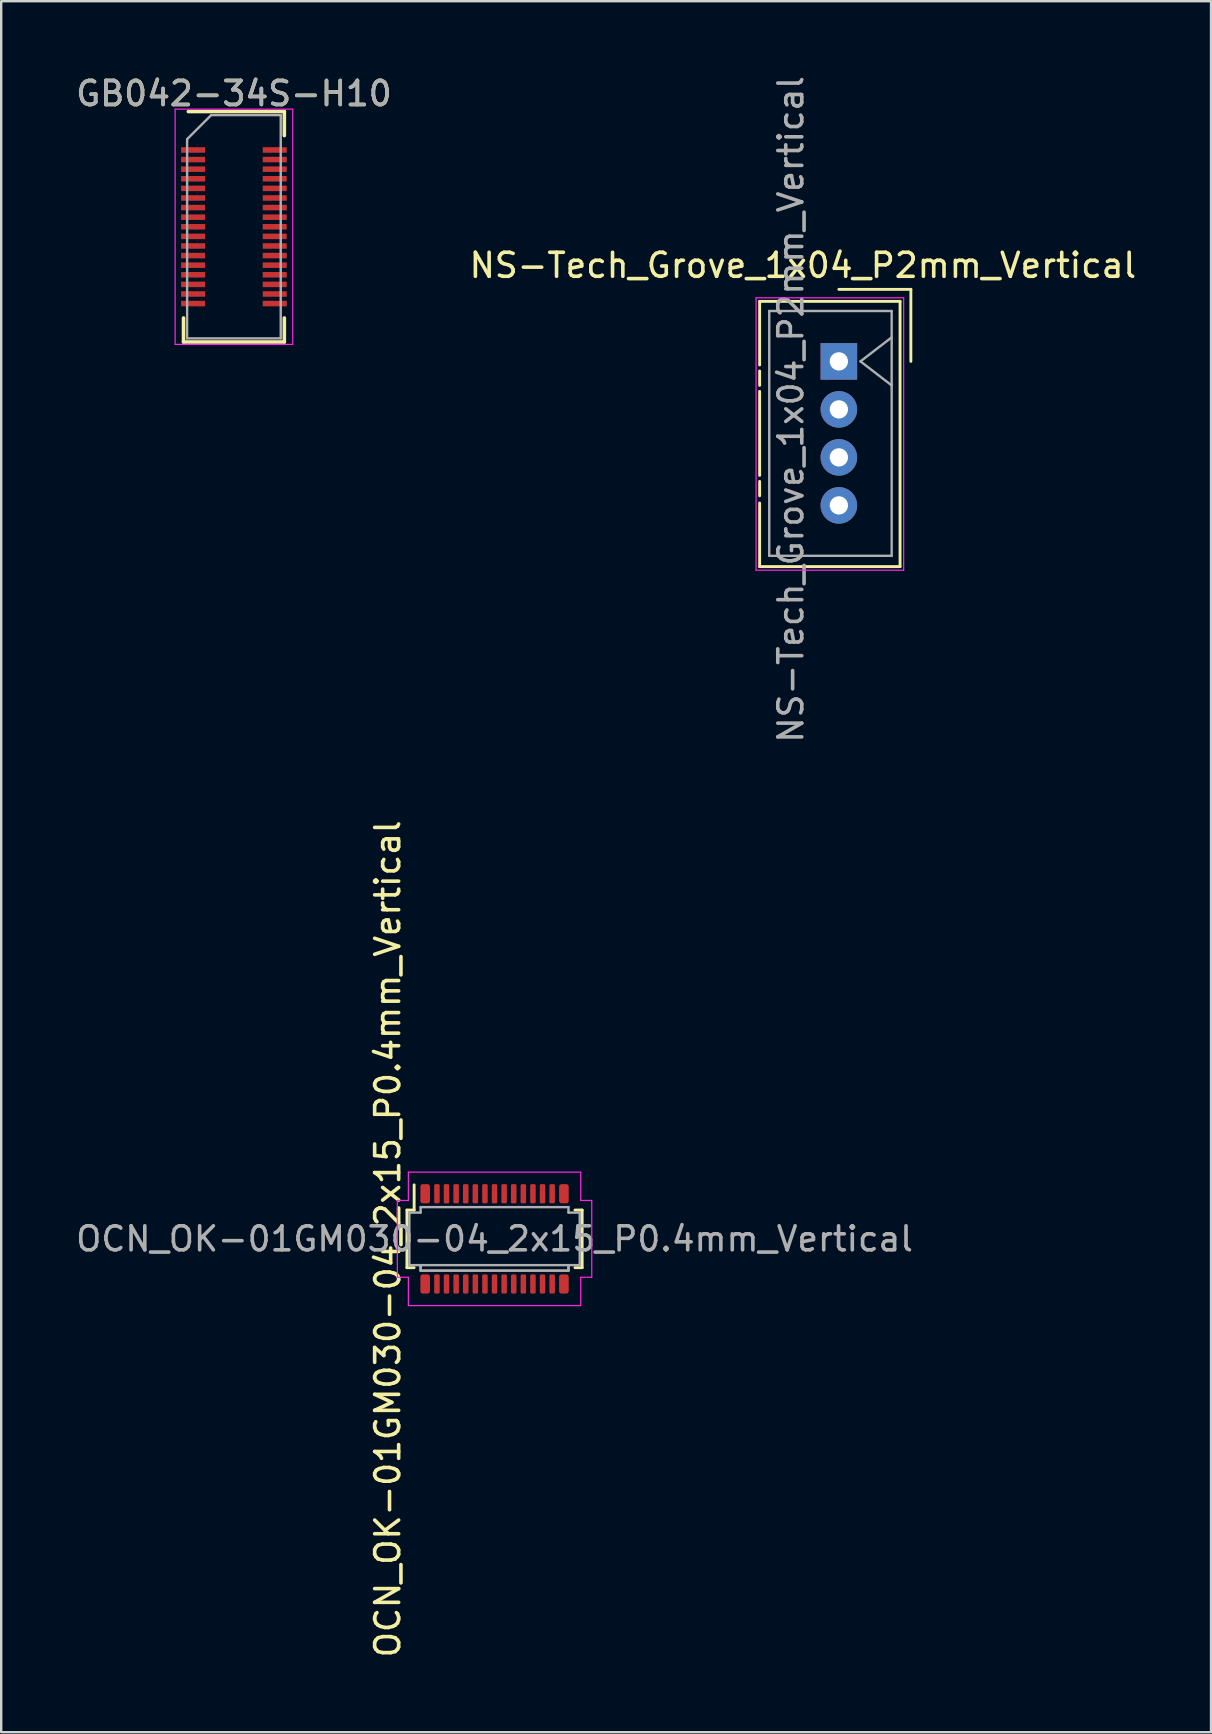
<source format=kicad_pcb>
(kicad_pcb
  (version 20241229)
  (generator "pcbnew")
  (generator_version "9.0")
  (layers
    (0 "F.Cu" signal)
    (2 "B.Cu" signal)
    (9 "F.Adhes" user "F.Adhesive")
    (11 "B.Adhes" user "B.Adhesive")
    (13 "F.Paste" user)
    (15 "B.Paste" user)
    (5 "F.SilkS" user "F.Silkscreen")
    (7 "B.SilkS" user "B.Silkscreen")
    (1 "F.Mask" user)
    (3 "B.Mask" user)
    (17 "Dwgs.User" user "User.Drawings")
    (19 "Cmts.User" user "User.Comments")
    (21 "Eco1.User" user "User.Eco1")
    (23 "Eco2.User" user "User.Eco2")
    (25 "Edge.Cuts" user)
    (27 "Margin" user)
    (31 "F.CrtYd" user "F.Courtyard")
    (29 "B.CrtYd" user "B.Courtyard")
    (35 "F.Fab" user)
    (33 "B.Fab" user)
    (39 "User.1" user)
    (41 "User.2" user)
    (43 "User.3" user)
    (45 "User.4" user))
  (footprint "NS-Tech_Grove_1x04_P2mm_Vertical"
    (layer "F.Cu")
    (at 31.899 12.006)
    (property "Reference" "NS-Tech_Grove_1x04_P2mm_Vertical" (at -1.5 -4 0) (layer "F.SilkS") (effects (font (size 1 1) (thickness 0.15))))
    (attr through_hole)
    (fp_line (start -3.3 -2.5) (end -3.3 0.15) (stroke (width 0.12) (type solid)) (layer "F.SilkS"))
    (fp_line (start -3.3 -2.5) (end 2.55 -2.5) (stroke (width 0.12) (type solid)) (layer "F.SilkS"))
    (fp_line (start -3.3 0.4) (end -3.3 1) (stroke (width 0.12) (type solid)) (layer "F.SilkS"))
    (fp_line (start -3.3 1.25) (end -3.3 4.75) (stroke (width 0.12) (type solid)) (layer "F.SilkS"))
    (fp_line (start -3.3 5) (end -3.3 5.6) (stroke (width 0.12) (type solid)) (layer "F.SilkS"))
    (fp_line (start -3.3 5.9) (end -3.3 8.55) (stroke (width 0.12) (type solid)) (layer "F.SilkS"))
    (fp_line (start -3.3 8.55) (end 2.55 8.55) (stroke (width 0.12) (type solid)) (layer "F.SilkS"))
    (fp_line (start 0 -3) (end 3 -3) (stroke (width 0.12) (type solid)) (layer "F.SilkS"))
    (fp_line (start 2.55 -2.5) (end 2.55 8.55) (stroke (width 0.12) (type solid)) (layer "F.SilkS"))
    (fp_line (start 3 -3) (end 3 0) (stroke (width 0.12) (type solid)) (layer "F.SilkS"))
    (fp_line (start -3.45 -2.65) (end -3.45 8.7) (stroke (width 0.05) (type solid)) (layer "F.CrtYd"))
    (fp_line (start -3.45 -2.65) (end 2.7 -2.65) (stroke (width 0.05) (type solid)) (layer "F.CrtYd"))
    (fp_line (start -3.45 8.7) (end 2.7 8.7) (stroke (width 0.05) (type solid)) (layer "F.CrtYd"))
    (fp_line (start 2.7 8.7) (end 2.7 -2.65) (stroke (width 0.05) (type solid)) (layer "F.CrtYd"))
    (fp_line (start -2.9 -2.1) (end 2.2 -2.1) (stroke (width 0.1) (type solid)) (layer "F.Fab"))
    (fp_line (start -2.9 8.1) (end -2.9 -2.1) (stroke (width 0.1) (type solid)) (layer "F.Fab"))
    (fp_line (start 0.9 0) (end 2.2 1) (stroke (width 0.1) (type solid)) (layer "F.Fab"))
    (fp_line (start 2.2 -2.1) (end 2.2 8.1) (stroke (width 0.1) (type solid)) (layer "F.Fab"))
    (fp_line (start 2.2 -1) (end 0.9 0) (stroke (width 0.1) (type solid)) (layer "F.Fab"))
    (fp_line (start 2.2 8.1) (end -2.9 8.1) (stroke (width 0.1) (type solid)) (layer "F.Fab"))
    (fp_text user "${REFERENCE}" (at -2 2 90) (layer "F.Fab") (effects (font (size 1 1) (thickness 0.15))))
    (pad "1" thru_hole rect (at 0 0) (size 1.524 1.524) (drill 0.762) (layers "*.Cu" "*.Mask"))
    (pad "2" thru_hole circle (at 0 2) (size 1.524 1.524) (drill 0.762) (layers "*.Cu" "*.Mask"))
    (pad "3" thru_hole circle (at 0 4) (size 1.524 1.524) (drill 0.762) (layers "*.Cu" "*.Mask"))
    (pad "4" thru_hole circle (at 0 6) (size 1.524 1.524) (drill 0.762) (layers "*.Cu" "*.Mask")))
  (footprint "OCN_OK-01GM030-04_2x15_P0.4mm_Vertical"
    (layer "F.Cu")
    (at 17.554 48.565)
    (property "Reference" "OCN_OK-01GM030-04_2x15_P0.4mm_Vertical" (at -4.45 0 90) (unlocked yes) (layer "F.SilkS") (effects (font (size 1 1) (thickness 0.15))))
    (attr smd)
    (fp_line (start -3.65 -1.2) (end -3.65 1.2) (stroke (width 0.12) (type default)) (layer "F.SilkS"))
    (fp_line (start -3.65 -1.2) (end -3.35 -1.2) (stroke (width 0.12) (type default)) (layer "F.SilkS"))
    (fp_line (start -3.65 1.2) (end -3.35 1.2) (stroke (width 0.12) (type default)) (layer "F.SilkS"))
    (fp_line (start -3.35 -1.2) (end -3.35 -2.25) (stroke (width 0.12) (type default)) (layer "F.SilkS"))
    (fp_line (start 3.65 -1.2) (end 3.35 -1.2) (stroke (width 0.12) (type default)) (layer "F.SilkS"))
    (fp_line (start 3.65 1.2) (end 3.35 1.2) (stroke (width 0.12) (type default)) (layer "F.SilkS"))
    (fp_line (start 3.65 1.2) (end 3.65 -1.2) (stroke (width 0.12) (type default)) (layer "F.SilkS"))
    (fp_line (start -4.05 -1.6) (end -3.59 -1.6) (stroke (width 0.05) (type default)) (layer "F.CrtYd"))
    (fp_line (start -4.05 1.6) (end -4.05 -1.6) (stroke (width 0.05) (type default)) (layer "F.CrtYd"))
    (fp_line (start -3.59 -2.78) (end 3.59 -2.78) (stroke (width 0.05) (type default)) (layer "F.CrtYd"))
    (fp_line (start -3.59 -1.6) (end -3.59 -2.78) (stroke (width 0.05) (type default)) (layer "F.CrtYd"))
    (fp_line (start -3.59 1.6) (end -4.05 1.6) (stroke (width 0.05) (type default)) (layer "F.CrtYd"))
    (fp_line (start -3.59 2.78) (end -3.59 1.6) (stroke (width 0.05) (type default)) (layer "F.CrtYd"))
    (fp_line (start 3.59 -2.78) (end 3.59 -1.6) (stroke (width 0.05) (type default)) (layer "F.CrtYd"))
    (fp_line (start 3.59 -1.6) (end 4.05 -1.6) (stroke (width 0.05) (type default)) (layer "F.CrtYd"))
    (fp_line (start 3.59 1.6) (end 3.59 2.78) (stroke (width 0.05) (type default)) (layer "F.CrtYd"))
    (fp_line (start 3.59 2.78) (end -3.59 2.78) (stroke (width 0.05) (type default)) (layer "F.CrtYd"))
    (fp_line (start 4.05 -1.6) (end 4.05 1.6) (stroke (width 0.05) (type default)) (layer "F.CrtYd"))
    (fp_line (start 4.05 1.6) (end 3.59 1.6) (stroke (width 0.05) (type default)) (layer "F.CrtYd"))
    (fp_line (start -3.55 -1.095) (end -3.08 -1.095) (stroke (width 0.1) (type default)) (layer "F.Fab"))
    (fp_line (start -3.55 1.095) (end -3.55 -1.095) (stroke (width 0.1) (type default)) (layer "F.Fab"))
    (fp_line (start -3.08 -1.323) (end 3.08 -1.323) (stroke (width 0.1) (type default)) (layer "F.Fab"))
    (fp_line (start -3.08 -1.095) (end -3.08 -1.323) (stroke (width 0.1) (type default)) (layer "F.Fab"))
    (fp_line (start -3.08 1.095) (end -3.55 1.095) (stroke (width 0.1) (type default)) (layer "F.Fab"))
    (fp_line (start -3.08 1.323) (end -3.08 1.095) (stroke (width 0.1) (type default)) (layer "F.Fab"))
    (fp_line (start 3.08 -1.323) (end 3.08 -1.095) (stroke (width 0.1) (type default)) (layer "F.Fab"))
    (fp_line (start 3.08 -1.095) (end 3.55 -1.095) (stroke (width 0.1) (type default)) (layer "F.Fab"))
    (fp_line (start 3.08 1.095) (end 3.08 1.323) (stroke (width 0.1) (type default)) (layer "F.Fab"))
    (fp_line (start 3.08 1.323) (end -3.08 1.323) (stroke (width 0.1) (type default)) (layer "F.Fab"))
    (fp_line (start 3.55 -1.095) (end 3.55 1.095) (stroke (width 0.1) (type default)) (layer "F.Fab"))
    (fp_line (start 3.55 1.095) (end 3.08 1.095) (stroke (width 0.1) (type default)) (layer "F.Fab"))
    (fp_rect (start -3.08 1.323) (end 3.08 1.095) (stroke (width 0.1) (type default)) (fill no) (layer "F.Fab"))
    (fp_text user "${REFERENCE}" (at 0 0 0) (unlocked yes) (layer "F.Fab") (effects (font (size 1 1) (thickness 0.15))))
    (pad "1" smd roundrect (at -2.89 -1.88) (size 0.4 0.8) (layers "F.Cu" "F.Mask" "F.Paste") (roundrect_rratio 0.25))
    (pad "2" smd roundrect (at -2.4 -1.88) (size 0.23 0.8) (layers "F.Cu" "F.Mask" "F.Paste") (roundrect_rratio 0.25))
    (pad "3" smd roundrect (at -2 -1.88) (size 0.23 0.8) (layers "F.Cu" "F.Mask" "F.Paste") (roundrect_rratio 0.25))
    (pad "4" smd roundrect (at -1.6 -1.88) (size 0.23 0.8) (layers "F.Cu" "F.Mask" "F.Paste") (roundrect_rratio 0.25))
    (pad "5" smd roundrect (at -1.2 -1.88) (size 0.23 0.8) (layers "F.Cu" "F.Mask" "F.Paste") (roundrect_rratio 0.25))
    (pad "6" smd roundrect (at -0.8 -1.88) (size 0.23 0.8) (layers "F.Cu" "F.Mask" "F.Paste") (roundrect_rratio 0.25))
    (pad "7" smd roundrect (at -0.4 -1.88) (size 0.23 0.8) (layers "F.Cu" "F.Mask" "F.Paste") (roundrect_rratio 0.25))
    (pad "8" smd roundrect (at 0 -1.88) (size 0.23 0.8) (layers "F.Cu" "F.Mask" "F.Paste") (roundrect_rratio 0.25))
    (pad "9" smd roundrect (at 0.4 -1.88) (size 0.23 0.8) (layers "F.Cu" "F.Mask" "F.Paste") (roundrect_rratio 0.25))
    (pad "10" smd roundrect (at 0.8 -1.88) (size 0.23 0.8) (layers "F.Cu" "F.Mask" "F.Paste") (roundrect_rratio 0.25))
    (pad "11" smd roundrect (at 1.2 -1.88) (size 0.23 0.8) (layers "F.Cu" "F.Mask" "F.Paste") (roundrect_rratio 0.25))
    (pad "12" smd roundrect (at 1.6 -1.88) (size 0.23 0.8) (layers "F.Cu" "F.Mask" "F.Paste") (roundrect_rratio 0.25))
    (pad "13" smd roundrect (at 2 -1.88) (size 0.23 0.8) (layers "F.Cu" "F.Mask" "F.Paste") (roundrect_rratio 0.25))
    (pad "14" smd roundrect (at 2.4 -1.88) (size 0.23 0.8) (layers "F.Cu" "F.Mask" "F.Paste") (roundrect_rratio 0.25))
    (pad "15" smd roundrect (at 2.89 -1.88) (size 0.4 0.8) (layers "F.Cu" "F.Mask" "F.Paste") (roundrect_rratio 0.25))
    (pad "16" smd roundrect (at 2.89 1.88) (size 0.4 0.8) (layers "F.Cu" "F.Mask" "F.Paste") (roundrect_rratio 0.25))
    (pad "17" smd roundrect (at 2.4 1.88) (size 0.23 0.8) (layers "F.Cu" "F.Mask" "F.Paste") (roundrect_rratio 0.25))
    (pad "18" smd roundrect (at 2 1.88) (size 0.23 0.8) (layers "F.Cu" "F.Mask" "F.Paste") (roundrect_rratio 0.25))
    (pad "19" smd roundrect (at 1.6 1.88) (size 0.23 0.8) (layers "F.Cu" "F.Mask" "F.Paste") (roundrect_rratio 0.25))
    (pad "20" smd roundrect (at 1.2 1.88) (size 0.23 0.8) (layers "F.Cu" "F.Mask" "F.Paste") (roundrect_rratio 0.25))
    (pad "21" smd roundrect (at 0.8 1.88) (size 0.23 0.8) (layers "F.Cu" "F.Mask" "F.Paste") (roundrect_rratio 0.25))
    (pad "22" smd roundrect (at 0.4 1.88) (size 0.23 0.8) (layers "F.Cu" "F.Mask" "F.Paste") (roundrect_rratio 0.25))
    (pad "23" smd roundrect (at 0 1.88) (size 0.23 0.8) (layers "F.Cu" "F.Mask" "F.Paste") (roundrect_rratio 0.25))
    (pad "24" smd roundrect (at -0.4 1.88) (size 0.23 0.8) (layers "F.Cu" "F.Mask" "F.Paste") (roundrect_rratio 0.25))
    (pad "25" smd roundrect (at -0.8 1.88) (size 0.23 0.8) (layers "F.Cu" "F.Mask" "F.Paste") (roundrect_rratio 0.25))
    (pad "26" smd roundrect (at -1.2 1.88) (size 0.23 0.8) (layers "F.Cu" "F.Mask" "F.Paste") (roundrect_rratio 0.25))
    (pad "27" smd roundrect (at -1.6 1.88) (size 0.23 0.8) (layers "F.Cu" "F.Mask" "F.Paste") (roundrect_rratio 0.25))
    (pad "28" smd roundrect (at -2 1.88) (size 0.23 0.8) (layers "F.Cu" "F.Mask" "F.Paste") (roundrect_rratio 0.25))
    (pad "29" smd roundrect (at -2.4 1.88) (size 0.23 0.8) (layers "F.Cu" "F.Mask" "F.Paste") (roundrect_rratio 0.25))
    (pad "30" smd roundrect (at -2.89 1.88) (size 0.4 0.8) (layers "F.Cu" "F.Mask" "F.Paste") (roundrect_rratio 0.25)))
  (footprint "GB042-34S-H10"
    (layer "F.Cu")
    (at 6.696 6.398)
    (property "Reference" "GB042-34S-H10" (at 0 -5.55 0) (layer "F.SilkS") (effects (font (size 1 1) (thickness 0.15))))
    (attr smd)
    (fp_line (start -2.1 4.8) (end -2.1 3.8) (stroke (width 0.15) (type solid)) (layer "F.SilkS"))
    (fp_line (start -1.9 -4.8) (end 2.1 -4.8) (stroke (width 0.15) (type solid)) (layer "F.SilkS"))
    (fp_line (start 2.1 -4.8) (end 2.1 -3.8) (stroke (width 0.15) (type solid)) (layer "F.SilkS"))
    (fp_line (start 2.1 4.8) (end -2.1 4.8) (stroke (width 0.15) (type solid)) (layer "F.SilkS"))
    (fp_line (start 2.1 4.8) (end 2.1 3.8) (stroke (width 0.15) (type solid)) (layer "F.SilkS"))
    (fp_line (start -2.45 -4.9) (end 2.45 -4.9) (stroke (width 0.05) (type solid)) (layer "F.CrtYd"))
    (fp_line (start -2.45 4.9) (end -2.45 -4.9) (stroke (width 0.05) (type solid)) (layer "F.CrtYd"))
    (fp_line (start 2.45 -4.9) (end 2.45 4.9) (stroke (width 0.05) (type solid)) (layer "F.CrtYd"))
    (fp_line (start 2.45 4.9) (end -2.45 4.9) (stroke (width 0.05) (type solid)) (layer "F.CrtYd"))
    (fp_line (start -1.95 -3.65) (end -0.95 -4.65) (stroke (width 0.1) (type solid)) (layer "F.Fab"))
    (fp_line (start -1.95 4.65) (end -1.95 -3.65) (stroke (width 0.1) (type solid)) (layer "F.Fab"))
    (fp_line (start -0.95 -4.65) (end 1.95 -4.65) (stroke (width 0.1) (type solid)) (layer "F.Fab"))
    (fp_line (start 1.95 -4.65) (end 1.95 4.65) (stroke (width 0.1) (type solid)) (layer "F.Fab"))
    (fp_line (start 1.95 4.65) (end -1.95 4.65) (stroke (width 0.1) (type solid)) (layer "F.Fab"))
    (fp_text user "${REFERENCE}" (at 0 -5.55 0) (layer "F.Fab") (effects (font (size 1 1) (thickness 0.15))))
    (pad "1" smd rect (at -1.7 -3.2 270) (size 0.23 1) (layers "F.Cu" "F.Mask" "F.Paste"))
    (pad "2" smd rect (at -1.7 -2.8 270) (size 0.23 1) (layers "F.Cu" "F.Mask" "F.Paste"))
    (pad "3" smd rect (at -1.7 -2.4 270) (size 0.23 1) (layers "F.Cu" "F.Mask" "F.Paste"))
    (pad "4" smd rect (at -1.7 -2 270) (size 0.23 1) (layers "F.Cu" "F.Mask" "F.Paste"))
    (pad "5" smd rect (at -1.7 -1.6 270) (size 0.23 1) (layers "F.Cu" "F.Mask" "F.Paste"))
    (pad "6" smd rect (at -1.7 -1.2 270) (size 0.23 1) (layers "F.Cu" "F.Mask" "F.Paste"))
    (pad "7" smd rect (at -1.7 -0.8 270) (size 0.23 1) (layers "F.Cu" "F.Mask" "F.Paste"))
    (pad "8" smd rect (at -1.7 -0.4 270) (size 0.23 1) (layers "F.Cu" "F.Mask" "F.Paste"))
    (pad "9" smd rect (at -1.7 0 270) (size 0.23 1) (layers "F.Cu" "F.Mask" "F.Paste"))
    (pad "10" smd rect (at -1.7 0.4 270) (size 0.23 1) (layers "F.Cu" "F.Mask" "F.Paste"))
    (pad "11" smd rect (at -1.7 0.8 270) (size 0.23 1) (layers "F.Cu" "F.Mask" "F.Paste"))
    (pad "12" smd rect (at -1.7 1.2 270) (size 0.23 1) (layers "F.Cu" "F.Mask" "F.Paste"))
    (pad "13" smd rect (at -1.7 1.6 270) (size 0.23 1) (layers "F.Cu" "F.Mask" "F.Paste"))
    (pad "14" smd rect (at -1.7 2 270) (size 0.23 1) (layers "F.Cu" "F.Mask" "F.Paste"))
    (pad "15" smd rect (at -1.7 2.4 270) (size 0.23 1) (layers "F.Cu" "F.Mask" "F.Paste"))
    (pad "16" smd rect (at -1.7 2.8 270) (size 0.23 1) (layers "F.Cu" "F.Mask" "F.Paste"))
    (pad "17" smd rect (at -1.7 3.2 270) (size 0.23 1) (layers "F.Cu" "F.Mask" "F.Paste"))
    (pad "18" smd rect (at 1.7 3.2 270) (size 0.23 1) (layers "F.Cu" "F.Mask" "F.Paste"))
    (pad "19" smd rect (at 1.7 2.8 270) (size 0.23 1) (layers "F.Cu" "F.Mask" "F.Paste"))
    (pad "20" smd rect (at 1.7 2.4 270) (size 0.23 1) (layers "F.Cu" "F.Mask" "F.Paste"))
    (pad "21" smd rect (at 1.7 2 270) (size 0.23 1) (layers "F.Cu" "F.Mask" "F.Paste"))
    (pad "22" smd rect (at 1.7 1.6 270) (size 0.23 1) (layers "F.Cu" "F.Mask" "F.Paste"))
    (pad "23" smd rect (at 1.7 1.2 270) (size 0.23 1) (layers "F.Cu" "F.Mask" "F.Paste"))
    (pad "24" smd rect (at 1.7 0.8 270) (size 0.23 1) (layers "F.Cu" "F.Mask" "F.Paste"))
    (pad "25" smd rect (at 1.7 0.4 270) (size 0.23 1) (layers "F.Cu" "F.Mask" "F.Paste"))
    (pad "26" smd rect (at 1.7 0 270) (size 0.23 1) (layers "F.Cu" "F.Mask" "F.Paste"))
    (pad "27" smd rect (at 1.7 -0.4 270) (size 0.23 1) (layers "F.Cu" "F.Mask" "F.Paste"))
    (pad "28" smd rect (at 1.7 -0.8 270) (size 0.23 1) (layers "F.Cu" "F.Mask" "F.Paste"))
    (pad "29" smd rect (at 1.7 -1.2 270) (size 0.23 1) (layers "F.Cu" "F.Mask" "F.Paste"))
    (pad "30" smd rect (at 1.7 -1.6 270) (size 0.23 1) (layers "F.Cu" "F.Mask" "F.Paste"))
    (pad "31" smd rect (at 1.7 -2 270) (size 0.23 1) (layers "F.Cu" "F.Mask" "F.Paste"))
    (pad "32" smd rect (at 1.7 -2.4 270) (size 0.23 1) (layers "F.Cu" "F.Mask" "F.Paste"))
    (pad "33" smd rect (at 1.7 -2.8 270) (size 0.23 1) (layers "F.Cu" "F.Mask" "F.Paste"))
    (pad "34" smd rect (at 1.7 -3.2 270) (size 0.23 1) (layers "F.Cu" "F.Mask" "F.Paste")))
  (gr_rect
    (start -3 -3)
    (end 47.405 69.119)
    (stroke (width 0.1) (type default))
    (fill no)
    (layer "Edge.Cuts")))
</source>
